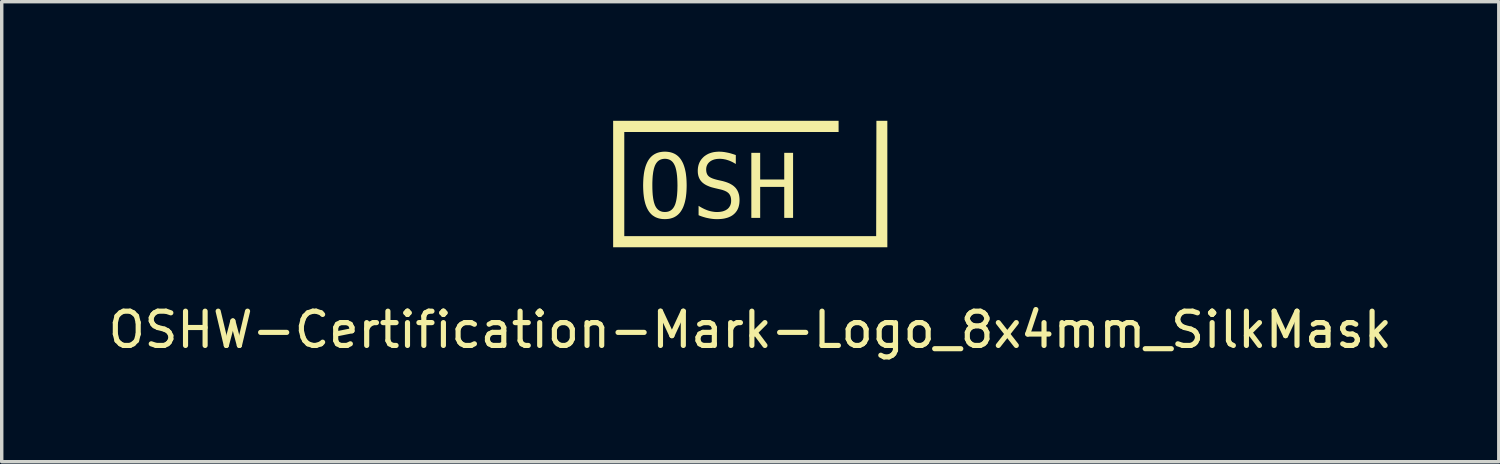
<source format=kicad_pcb>
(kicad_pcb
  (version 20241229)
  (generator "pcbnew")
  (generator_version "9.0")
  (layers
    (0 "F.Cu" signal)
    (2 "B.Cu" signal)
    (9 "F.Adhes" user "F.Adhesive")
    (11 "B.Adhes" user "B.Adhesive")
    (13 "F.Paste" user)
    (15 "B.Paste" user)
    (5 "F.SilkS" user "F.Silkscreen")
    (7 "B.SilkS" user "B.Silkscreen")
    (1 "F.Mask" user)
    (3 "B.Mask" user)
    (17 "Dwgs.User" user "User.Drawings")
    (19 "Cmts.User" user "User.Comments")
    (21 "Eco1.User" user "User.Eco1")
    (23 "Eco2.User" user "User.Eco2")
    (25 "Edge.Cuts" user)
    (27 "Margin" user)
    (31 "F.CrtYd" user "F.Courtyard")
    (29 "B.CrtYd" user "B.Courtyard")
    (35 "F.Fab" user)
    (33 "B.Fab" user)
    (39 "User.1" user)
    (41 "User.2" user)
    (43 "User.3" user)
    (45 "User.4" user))
  (footprint "OSHW-Certification-Mark-Logo_8x4mm_SilkMask"
    (layer "F.Cu")
    (at 18.839 2.074)
    (property "Reference" "OSHW-Certification-Mark-Logo_8x4mm_SilkMask" (at 0 4.5 0) (unlocked yes) (layer "F.SilkS") (effects (font (size 1 1) (thickness 0.15))))
    (attr board_only exclude_from_pos_files exclude_from_bom allow_missing_courtyard)
    (fp_poly (pts (xy 2.707 1.233) (xy 2.464 1.233) (xy 2.206 0.105) (xy 1.95 1.233) (xy 1.707 1.233) (xy 1.423 -0.665) (xy 1.674 -0.665) (xy 1.855 0.875) (xy 2.072 -0.144) (xy 2.34 -0.144) (xy 2.558 0.878) (xy 3.174 -2.074) (xy 3.424 -2.074)) (stroke (width 0) (type solid)) (fill yes) (layer "F.Mask"))
    (fp_poly (pts (xy -1.855 0.286) (xy -1.855 0.286) (xy -1.855 0.286)) (stroke (width 0) (type solid)) (fill yes) (layer "F.SilkS"))
    (fp_poly (pts (xy -0.421 -0.6) (xy -0.421 -0.6) (xy -0.421 -0.6)) (stroke (width 0) (type solid)) (fill yes) (layer "F.SilkS"))
    (fp_poly (pts (xy 4 2.091) (xy -4 2.091) (xy -4 -1.599) (xy 2.578 -1.599) (xy 2.578 -1.273) (xy -3.675 -1.273) (xy -3.675 1.766) (xy 3.674 1.766) (xy 3.681 -1.599) (xy 4 -1.599)) (stroke (width 0) (type solid)) (fill yes) (layer "F.SilkS"))
    (fp_poly (pts (xy 0.29 0.113) (xy 0.992 0.113) (xy 0.992 -0.665) (xy 1.25 -0.665) (xy 1.25 1.233) (xy 0.992 1.233) (xy 0.992 0.329) (xy 0.29 0.329) (xy 0.29 1.233) (xy 0.032 1.233) (xy 0.032 -0.665) (xy 0.29 -0.665)) (stroke (width 0) (type solid)) (fill yes) (layer "F.SilkS"))
    (fp_poly (pts (xy -2.451 -0.698) (xy -2.413 -0.695) (xy -2.376 -0.69) (xy -2.34 -0.684) (xy -2.306 -0.675) (xy -2.273 -0.665) (xy -2.241 -0.652) (xy -2.21 -0.638) (xy -2.181 -0.622) (xy -2.153 -0.604) (xy -2.127 -0.584) (xy -2.101 -0.562) (xy -2.077 -0.538) (xy -2.054 -0.512) (xy -2.033 -0.485) (xy -2.013 -0.455) (xy -1.994 -0.424) (xy -1.976 -0.39) (xy -1.959 -0.355) (xy -1.944 -0.317) (xy -1.93 -0.278) (xy -1.917 -0.236) (xy -1.905 -0.193) (xy -1.895 -0.148) (xy -1.885 -0.101) (xy -1.877 -0.051) (xy -1.871 -0.000033) (xy -1.865 0.053) (xy -1.861 0.108) (xy -1.858 0.166) (xy -1.856 0.225) (xy -1.855 0.286) (xy -1.856 0.347) (xy -1.858 0.406) (xy -1.861 0.463) (xy -1.865 0.518) (xy -1.871 0.571) (xy -1.877 0.622) (xy -1.885 0.671) (xy -1.895 0.718) (xy -1.905 0.764) (xy -1.917 0.807) (xy -1.93 0.848) (xy -1.944 0.888) (xy -1.959 0.925) (xy -1.976 0.96) (xy -1.994 0.994) (xy -2.013 1.025) (xy -2.023 1.04) (xy -2.033 1.055) (xy -2.044 1.069) (xy -2.054 1.083) (xy -2.066 1.096) (xy -2.077 1.108) (xy -2.089 1.12) (xy -2.101 1.132) (xy -2.114 1.143) (xy -2.127 1.154) (xy -2.14 1.164) (xy -2.153 1.174) (xy -2.167 1.183) (xy -2.181 1.192) (xy -2.196 1.2) (xy -2.21 1.208) (xy -2.225 1.216) (xy -2.241 1.223) (xy -2.257 1.229) (xy -2.273 1.235) (xy -2.289 1.24) (xy -2.306 1.245) (xy -2.323 1.25) (xy -2.34 1.254) (xy -2.358 1.258) (xy -2.376 1.261) (xy -2.413 1.265) (xy -2.451 1.268) (xy -2.491 1.269) (xy -2.53 1.268) (xy -2.568 1.266) (xy -2.605 1.261) (xy -2.641 1.254) (xy -2.675 1.246) (xy -2.708 1.235) (xy -2.74 1.223) (xy -2.771 1.209) (xy -2.8 1.192) (xy -2.828 1.174) (xy -2.855 1.155) (xy -2.88 1.133) (xy -2.904 1.109) (xy -2.927 1.083) (xy -2.948 1.056) (xy -2.968 1.027) (xy -2.987 0.995) (xy -3.005 0.962) (xy -3.021 0.927) (xy -3.037 0.889) (xy -3.051 0.85) (xy -3.064 0.809) (xy -3.075 0.765) (xy -3.086 0.72) (xy -3.095 0.673) (xy -3.103 0.623) (xy -3.109 0.572) (xy -3.115 0.519) (xy -3.119 0.464) (xy -3.122 0.406) (xy -3.124 0.347) (xy -3.125 0.286) (xy -2.856 0.286) (xy -2.855 0.386) (xy -2.851 0.479) (xy -2.845 0.565) (xy -2.835 0.643) (xy -2.83 0.679) (xy -2.823 0.714) (xy -2.816 0.747) (xy -2.809 0.777) (xy -2.8 0.806) (xy -2.791 0.833) (xy -2.782 0.858) (xy -2.771 0.882) (xy -2.76 0.903) (xy -2.754 0.914) (xy -2.748 0.924) (xy -2.742 0.933) (xy -2.735 0.943) (xy -2.728 0.952) (xy -2.721 0.96) (xy -2.714 0.968) (xy -2.707 0.976) (xy -2.699 0.984) (xy -2.691 0.991) (xy -2.683 0.998) (xy -2.675 1.004) (xy -2.667 1.01) (xy -2.658 1.016) (xy -2.649 1.022) (xy -2.64 1.027) (xy -2.631 1.031) (xy -2.621 1.036) (xy -2.611 1.04) (xy -2.602 1.043) (xy -2.591 1.047) (xy -2.581 1.05) (xy -2.57 1.052) (xy -2.56 1.055) (xy -2.549 1.057) (xy -2.537 1.058) (xy -2.526 1.059) (xy -2.514 1.06) (xy -2.491 1.061) (xy -2.467 1.06) (xy -2.443 1.058) (xy -2.421 1.055) (xy -2.4 1.05) (xy -2.379 1.044) (xy -2.359 1.036) (xy -2.34 1.027) (xy -2.322 1.016) (xy -2.305 1.005) (xy -2.289 0.991) (xy -2.274 0.977) (xy -2.259 0.961) (xy -2.246 0.943) (xy -2.233 0.925) (xy -2.221 0.905) (xy -2.21 0.883) (xy -2.199 0.86) (xy -2.189 0.834) (xy -2.18 0.807) (xy -2.172 0.778) (xy -2.164 0.748) (xy -2.157 0.715) (xy -2.151 0.681) (xy -2.145 0.644) (xy -2.14 0.606) (xy -2.135 0.566) (xy -2.132 0.524) (xy -2.129 0.48) (xy -2.126 0.434) (xy -2.125 0.387) (xy -2.124 0.337) (xy -2.123 0.286) (xy -2.125 0.185) (xy -2.129 0.092) (xy -2.135 0.006) (xy -2.145 -0.073) (xy -2.151 -0.109) (xy -2.157 -0.143) (xy -2.164 -0.176) (xy -2.172 -0.207) (xy -2.18 -0.236) (xy -2.189 -0.263) (xy -2.199 -0.288) (xy -2.21 -0.311) (xy -2.221 -0.333) (xy -2.227 -0.343) (xy -2.233 -0.353) (xy -2.239 -0.363) (xy -2.246 -0.372) (xy -2.252 -0.381) (xy -2.259 -0.39) (xy -2.266 -0.398) (xy -2.274 -0.406) (xy -2.281 -0.413) (xy -2.289 -0.421) (xy -2.297 -0.427) (xy -2.305 -0.434) (xy -2.314 -0.44) (xy -2.322 -0.446) (xy -2.331 -0.451) (xy -2.34 -0.456) (xy -2.35 -0.461) (xy -2.359 -0.465) (xy -2.369 -0.469) (xy -2.379 -0.473) (xy -2.389 -0.476) (xy -2.4 -0.479) (xy -2.41 -0.482) (xy -2.421 -0.484) (xy -2.432 -0.486) (xy -2.443 -0.488) (xy -2.455 -0.489) (xy -2.467 -0.49) (xy -2.491 -0.491) (xy -2.514 -0.49) (xy -2.537 -0.488) (xy -2.56 -0.484) (xy -2.581 -0.479) (xy -2.601 -0.473) (xy -2.621 -0.465) (xy -2.64 -0.456) (xy -2.658 -0.446) (xy -2.675 -0.434) (xy -2.691 -0.421) (xy -2.707 -0.406) (xy -2.721 -0.39) (xy -2.735 -0.372) (xy -2.748 -0.353) (xy -2.76 -0.333) (xy -2.771 -0.311) (xy -2.782 -0.288) (xy -2.791 -0.263) (xy -2.8 -0.236) (xy -2.809 -0.207) (xy -2.816 -0.176) (xy -2.823 -0.143) (xy -2.83 -0.109) (xy -2.835 -0.073) (xy -2.84 -0.034) (xy -2.845 0.006) (xy -2.848 0.048) (xy -2.851 0.092) (xy -2.853 0.137) (xy -2.855 0.185) (xy -2.856 0.234) (xy -2.856 0.286) (xy -3.125 0.286) (xy -3.125 0.286) (xy -3.124 0.225) (xy -3.122 0.166) (xy -3.119 0.108) (xy -3.115 0.053) (xy -3.109 -0.000033) (xy -3.103 -0.051) (xy -3.095 -0.101) (xy -3.086 -0.148) (xy -3.075 -0.193) (xy -3.064 -0.236) (xy -3.051 -0.278) (xy -3.037 -0.317) (xy -3.021 -0.355) (xy -3.005 -0.39) (xy -2.987 -0.424) (xy -2.968 -0.455) (xy -2.958 -0.47) (xy -2.948 -0.485) (xy -2.937 -0.499) (xy -2.926 -0.512) (xy -2.915 -0.525) (xy -2.904 -0.538) (xy -2.892 -0.55) (xy -2.879 -0.562) (xy -2.867 -0.573) (xy -2.854 -0.584) (xy -2.841 -0.594) (xy -2.827 -0.604) (xy -2.813 -0.613) (xy -2.799 -0.622) (xy -2.785 -0.63) (xy -2.77 -0.638) (xy -2.755 -0.645) (xy -2.74 -0.652) (xy -2.724 -0.659) (xy -2.708 -0.665) (xy -2.691 -0.67) (xy -2.675 -0.675) (xy -2.658 -0.68) (xy -2.64 -0.684) (xy -2.605 -0.69) (xy -2.568 -0.695) (xy -2.53 -0.698) (xy -2.491 -0.699)) (stroke (width 0) (type solid)) (fill yes) (layer "F.SilkS"))
    (fp_poly (pts (xy -0.878 -0.698) (xy -0.85 -0.697) (xy -0.822 -0.695) (xy -0.793 -0.692) (xy -0.765 -0.689) (xy -0.735 -0.684) (xy -0.706 -0.679) (xy -0.676 -0.673) (xy -0.645 -0.667) (xy -0.614 -0.66) (xy -0.583 -0.652) (xy -0.552 -0.643) (xy -0.52 -0.633) (xy -0.487 -0.623) (xy -0.455 -0.612) (xy -0.421 -0.6) (xy -0.421 -0.339) (xy -0.451 -0.357) (xy -0.48 -0.374) (xy -0.509 -0.39) (xy -0.539 -0.405) (xy -0.568 -0.418) (xy -0.598 -0.431) (xy -0.627 -0.442) (xy -0.657 -0.452) (xy -0.686 -0.461) (xy -0.715 -0.469) (xy -0.745 -0.475) (xy -0.774 -0.481) (xy -0.804 -0.485) (xy -0.833 -0.488) (xy -0.863 -0.49) (xy -0.893 -0.49) (xy -0.915 -0.49) (xy -0.937 -0.489) (xy -0.958 -0.487) (xy -0.979 -0.485) (xy -0.999 -0.482) (xy -1.018 -0.478) (xy -1.037 -0.474) (xy -1.056 -0.469) (xy -1.073 -0.463) (xy -1.09 -0.457) (xy -1.107 -0.45) (xy -1.123 -0.442) (xy -1.138 -0.434) (xy -1.153 -0.425) (xy -1.167 -0.415) (xy -1.18 -0.405) (xy -1.193 -0.394) (xy -1.205 -0.383) (xy -1.216 -0.372) (xy -1.226 -0.359) (xy -1.236 -0.347) (xy -1.244 -0.334) (xy -1.252 -0.32) (xy -1.259 -0.306) (xy -1.265 -0.292) (xy -1.271 -0.277) (xy -1.275 -0.262) (xy -1.279 -0.246) (xy -1.282 -0.229) (xy -1.284 -0.213) (xy -1.285 -0.195) (xy -1.286 -0.178) (xy -1.285 -0.162) (xy -1.284 -0.147) (xy -1.283 -0.133) (xy -1.281 -0.119) (xy -1.279 -0.105) (xy -1.276 -0.092) (xy -1.272 -0.079) (xy -1.268 -0.067) (xy -1.264 -0.055) (xy -1.259 -0.044) (xy -1.253 -0.033) (xy -1.247 -0.023) (xy -1.24 -0.013) (xy -1.233 -0.003) (xy -1.225 0.006) (xy -1.217 0.014) (xy -1.208 0.022) (xy -1.198 0.03) (xy -1.187 0.038) (xy -1.175 0.046) (xy -1.162 0.053) (xy -1.148 0.061) (xy -1.133 0.068) (xy -1.117 0.075) (xy -1.101 0.082) (xy -1.083 0.088) (xy -1.064 0.095) (xy -1.045 0.101) (xy -1.025 0.107) (xy -1.003 0.113) (xy -0.981 0.119) (xy -0.958 0.125) (xy -0.823 0.155) (xy -0.79 0.163) (xy -0.759 0.172) (xy -0.728 0.181) (xy -0.699 0.191) (xy -0.67 0.201) (xy -0.643 0.212) (xy -0.617 0.223) (xy -0.592 0.235) (xy -0.569 0.248) (xy -0.546 0.261) (xy -0.525 0.274) (xy -0.504 0.289) (xy -0.485 0.303) (xy -0.467 0.319) (xy -0.45 0.335) (xy -0.434 0.351) (xy -0.419 0.368) (xy -0.406 0.386) (xy -0.393 0.404) (xy -0.381 0.424) (xy -0.37 0.444) (xy -0.36 0.465) (xy -0.351 0.486) (xy -0.343 0.508) (xy -0.336 0.532) (xy -0.329 0.555) (xy -0.324 0.58) (xy -0.32 0.605) (xy -0.317 0.631) (xy -0.314 0.658) (xy -0.313 0.686) (xy -0.312 0.714) (xy -0.313 0.748) (xy -0.315 0.78) (xy -0.318 0.811) (xy -0.323 0.842) (xy -0.329 0.871) (xy -0.336 0.899) (xy -0.344 0.927) (xy -0.354 0.953) (xy -0.365 0.978) (xy -0.378 1.003) (xy -0.391 1.026) (xy -0.407 1.048) (xy -0.423 1.069) (xy -0.441 1.09) (xy -0.46 1.109) (xy -0.48 1.127) (xy -0.502 1.145) (xy -0.524 1.161) (xy -0.548 1.176) (xy -0.573 1.19) (xy -0.6 1.202) (xy -0.627 1.214) (xy -0.656 1.225) (xy -0.686 1.234) (xy -0.717 1.242) (xy -0.749 1.25) (xy -0.783 1.256) (xy -0.817 1.261) (xy -0.853 1.265) (xy -0.89 1.267) (xy -0.928 1.269) (xy -0.968 1.27) (xy -1.001 1.269) (xy -1.035 1.268) (xy -1.068 1.266) (xy -1.102 1.262) (xy -1.135 1.258) (xy -1.169 1.253) (xy -1.202 1.247) (xy -1.236 1.24) (xy -1.27 1.233) (xy -1.303 1.225) (xy -1.337 1.215) (xy -1.371 1.205) (xy -1.405 1.194) (xy -1.439 1.182) (xy -1.473 1.169) (xy -1.507 1.155) (xy -1.507 0.882) (xy -1.47 0.904) (xy -1.435 0.925) (xy -1.399 0.945) (xy -1.365 0.962) (xy -1.33 0.979) (xy -1.297 0.993) (xy -1.264 1.006) (xy -1.231 1.018) (xy -1.198 1.028) (xy -1.165 1.037) (xy -1.133 1.044) (xy -1.1 1.05) (xy -1.067 1.055) (xy -1.034 1.059) (xy -1.001 1.061) (xy -0.968 1.061) (xy -0.944 1.061) (xy -0.921 1.06) (xy -0.898 1.058) (xy -0.876 1.056) (xy -0.855 1.053) (xy -0.834 1.049) (xy -0.814 1.045) (xy -0.795 1.04) (xy -0.777 1.034) (xy -0.759 1.027) (xy -0.741 1.02) (xy -0.725 1.013) (xy -0.709 1.004) (xy -0.694 0.995) (xy -0.679 0.985) (xy -0.665 0.975) (xy -0.652 0.964) (xy -0.64 0.952) (xy -0.629 0.94) (xy -0.618 0.927) (xy -0.609 0.913) (xy -0.6 0.899) (xy -0.592 0.885) (xy -0.584 0.87) (xy -0.578 0.854) (xy -0.573 0.838) (xy -0.568 0.822) (xy -0.564 0.805) (xy -0.561 0.787) (xy -0.559 0.769) (xy -0.558 0.75) (xy -0.557 0.731) (xy -0.558 0.713) (xy -0.559 0.696) (xy -0.56 0.68) (xy -0.562 0.664) (xy -0.565 0.648) (xy -0.568 0.634) (xy -0.572 0.619) (xy -0.576 0.605) (xy -0.581 0.592) (xy -0.587 0.579) (xy -0.593 0.567) (xy -0.6 0.555) (xy -0.607 0.544) (xy -0.615 0.533) (xy -0.623 0.523) (xy -0.632 0.514) (xy -0.642 0.504) (xy -0.653 0.495) (xy -0.664 0.487) (xy -0.676 0.478) (xy -0.689 0.47) (xy -0.703 0.462) (xy -0.718 0.455) (xy -0.734 0.447) (xy -0.75 0.44) (xy -0.768 0.433) (xy -0.786 0.427) (xy -0.805 0.42) (xy -0.825 0.414) (xy -0.846 0.409) (xy -0.868 0.403) (xy -0.89 0.398) (xy -1.028 0.366) (xy -1.06 0.358) (xy -1.091 0.35) (xy -1.122 0.342) (xy -1.151 0.333) (xy -1.179 0.323) (xy -1.205 0.313) (xy -1.231 0.302) (xy -1.256 0.291) (xy -1.279 0.28) (xy -1.301 0.268) (xy -1.323 0.255) (xy -1.343 0.242) (xy -1.361 0.229) (xy -1.379 0.215) (xy -1.396 0.201) (xy -1.411 0.186) (xy -1.426 0.17) (xy -1.439 0.154) (xy -1.452 0.138) (xy -1.464 0.12) (xy -1.474 0.102) (xy -1.484 0.084) (xy -1.493 0.064) (xy -1.501 0.044) (xy -1.508 0.024) (xy -1.514 0.003) (xy -1.519 -0.019) (xy -1.523 -0.042) (xy -1.527 -0.065) (xy -1.529 -0.089) (xy -1.53 -0.113) (xy -1.531 -0.138) (xy -1.53 -0.17) (xy -1.528 -0.2) (xy -1.525 -0.23) (xy -1.52 -0.259) (xy -1.514 -0.287) (xy -1.507 -0.315) (xy -1.498 -0.341) (xy -1.488 -0.367) (xy -1.477 -0.392) (xy -1.464 -0.416) (xy -1.45 -0.44) (xy -1.435 -0.462) (xy -1.418 -0.484) (xy -1.4 -0.505) (xy -1.381 -0.525) (xy -1.361 -0.545) (xy -1.339 -0.564) (xy -1.316 -0.581) (xy -1.292 -0.597) (xy -1.268 -0.612) (xy -1.242 -0.626) (xy -1.216 -0.639) (xy -1.189 -0.65) (xy -1.161 -0.66) (xy -1.132 -0.669) (xy -1.102 -0.677) (xy -1.072 -0.684) (xy -1.04 -0.689) (xy -1.008 -0.693) (xy -0.975 -0.696) (xy -0.941 -0.698) (xy -0.906 -0.699)) (stroke (width 0) (type solid)) (fill yes) (layer "F.SilkS")))
  (gr_rect
    (start -3 -3)
    (end 40.679 10.422)
    (stroke (width 0.1) (type default))
    (fill no)
    (layer "Edge.Cuts")))
</source>
